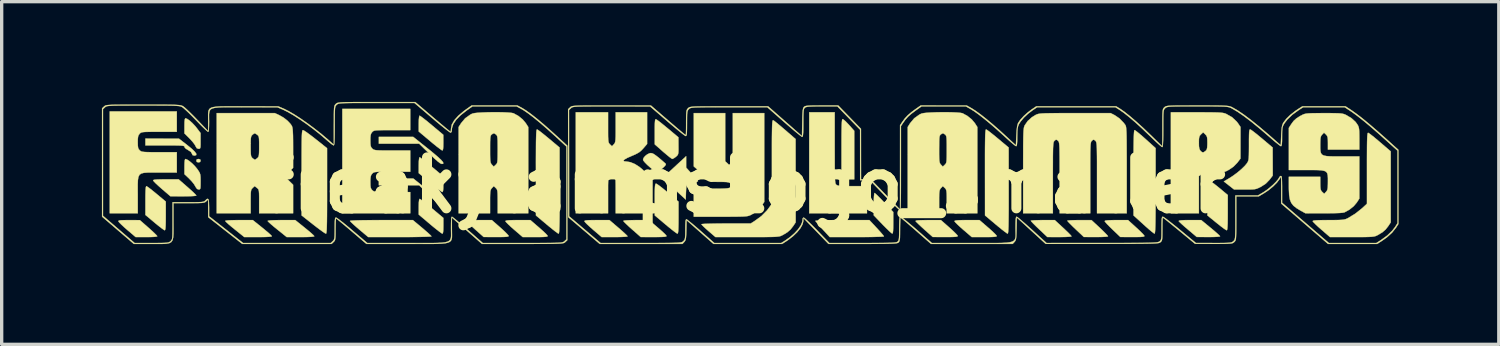
<source format=kicad_pcb>
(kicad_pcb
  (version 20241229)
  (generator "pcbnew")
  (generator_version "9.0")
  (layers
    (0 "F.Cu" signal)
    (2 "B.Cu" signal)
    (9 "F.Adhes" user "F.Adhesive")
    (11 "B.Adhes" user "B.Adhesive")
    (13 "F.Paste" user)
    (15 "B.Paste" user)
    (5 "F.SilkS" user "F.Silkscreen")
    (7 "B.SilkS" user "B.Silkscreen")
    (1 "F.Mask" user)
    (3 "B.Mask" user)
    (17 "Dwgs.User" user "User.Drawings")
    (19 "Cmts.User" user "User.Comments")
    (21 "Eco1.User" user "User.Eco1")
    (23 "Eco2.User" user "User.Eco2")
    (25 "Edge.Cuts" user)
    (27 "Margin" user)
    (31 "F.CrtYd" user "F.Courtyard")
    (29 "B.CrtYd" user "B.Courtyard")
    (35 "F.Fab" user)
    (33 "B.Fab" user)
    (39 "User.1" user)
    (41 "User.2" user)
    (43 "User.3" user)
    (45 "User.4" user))
  (footprint "freakylampsLogo_smaller"
    (layer "F.Cu")
    (at 19.233 2.494)
    (property "Reference" "freakylampsLogo_smaller" (at 0 0 0) (layer "F.SilkS") (effects (font (size 1.524 1.524) (thickness 0.3))))
    (attr through_hole)
    (fp_poly (pts (xy -16.295 -0.775) (xy -16.281 -0.737) (xy -16.296 -0.697) (xy -16.345 -0.686) (xy -16.395 -0.698) (xy -16.408 -0.737) (xy -16.394 -0.776) (xy -16.345 -0.787) (xy -16.295 -0.775)) (stroke (width 0.01) (type solid)) (fill yes) (layer "F.SilkS"))
    (fp_poly (pts (xy -9.919 -1.448) (xy -9.474 -1.093) (xy -9.306 -0.956) (xy -9.178 -0.846) (xy -9.087 -0.762) (xy -9.034 -0.701) (xy -9.016 -0.662) (xy -9.03 -0.642) (xy -9.072 -0.64) (xy -9.116 -0.661) (xy -9.189 -0.717) (xy -9.29 -0.806) (xy -9.416 -0.925) (xy -9.436 -0.945) (xy -9.741 -1.245) (xy -10.947 -1.245) (xy -10.947 -1.448) (xy -9.919 -1.448)) (stroke (width 0.01) (type solid)) (fill yes) (layer "F.SilkS"))
    (fp_poly (pts (xy -9.919 -0.203) (xy -9.474 0.152) (xy -9.306 0.289) (xy -9.178 0.398) (xy -9.087 0.482) (xy -9.034 0.543) (xy -9.016 0.582) (xy -9.03 0.602) (xy -9.072 0.605) (xy -9.116 0.584) (xy -9.189 0.528) (xy -9.29 0.439) (xy -9.416 0.32) (xy -9.436 0.3) (xy -9.741 0.000056) (xy -10.947 0) (xy -10.947 -0.203) (xy -9.919 -0.203)) (stroke (width 0.01) (type solid)) (fill yes) (layer "F.SilkS"))
    (fp_poly (pts (xy 2.961 -1.963) (xy 3.016 -1.915) (xy 3.084 -1.845) (xy 3.121 -1.806) (xy 3.277 -1.63) (xy 3.277 -0.178) (xy 2.896 -0.178) (xy 2.896 -1.079) (xy 2.896 -1.323) (xy 2.897 -1.521) (xy 2.899 -1.676) (xy 2.902 -1.794) (xy 2.906 -1.879) (xy 2.911 -1.936) (xy 2.918 -1.968) (xy 2.927 -1.981) (xy 2.93 -1.981) (xy 2.961 -1.963)) (stroke (width 0.01) (type solid)) (fill yes) (layer "F.SilkS"))
    (fp_poly (pts (xy -2.77 -0.958) (xy -2.721 -0.935) (xy -2.656 -0.89) (xy -2.568 -0.822) (xy -2.454 -0.724) (xy -2.368 -0.648) (xy -2.359 -0.626) (xy -2.377 -0.592) (xy -2.427 -0.54) (xy -2.482 -0.491) (xy -2.629 -0.363) (xy -2.832 -0.536) (xy -2.918 -0.613) (xy -2.987 -0.683) (xy -3.031 -0.737) (xy -3.043 -0.76) (xy -3.029 -0.814) (xy -2.982 -0.873) (xy -2.916 -0.926) (xy -2.845 -0.959) (xy -2.81 -0.964) (xy -2.77 -0.958)) (stroke (width 0.01) (type solid)) (fill yes) (layer "F.SilkS"))
    (fp_poly (pts (xy -9.7 -2.067) (xy -9.641 -2.024) (xy -9.557 -1.958) (xy -9.455 -1.876) (xy -9.36 -1.797) (xy -9.019 -1.511) (xy -9.018 -1.276) (xy -9.02 -1.157) (xy -9.026 -1.083) (xy -9.038 -1.047) (xy -9.049 -1.042) (xy -9.078 -1.058) (xy -9.138 -1.102) (xy -9.224 -1.167) (xy -9.326 -1.25) (xy -9.417 -1.326) (xy -9.754 -1.609) (xy -9.754 -1.846) (xy -9.751 -1.962) (xy -9.743 -2.043) (xy -9.732 -2.081) (xy -9.727 -2.083) (xy -9.7 -2.067)) (stroke (width 0.01) (type solid)) (fill yes) (layer "F.SilkS"))
    (fp_poly (pts (xy -9.7 -0.823) (xy -9.641 -0.779) (xy -9.557 -0.714) (xy -9.455 -0.631) (xy -9.36 -0.552) (xy -9.019 -0.267) (xy -9.018 -0.032) (xy -9.02 0.087) (xy -9.026 0.162) (xy -9.038 0.197) (xy -9.049 0.203) (xy -9.078 0.187) (xy -9.138 0.143) (xy -9.224 0.077) (xy -9.326 -0.006) (xy -9.417 -0.081) (xy -9.754 -0.364) (xy -9.754 -0.601) (xy -9.751 -0.718) (xy -9.743 -0.798) (xy -9.732 -0.836) (xy -9.727 -0.838) (xy -9.7 -0.823)) (stroke (width 0.01) (type solid)) (fill yes) (layer "F.SilkS"))
    (fp_poly (pts (xy -9.698 0.422) (xy -9.638 0.465) (xy -9.554 0.531) (xy -9.451 0.614) (xy -9.357 0.692) (xy -9.017 0.977) (xy -9.017 1.213) (xy -9.019 1.332) (xy -9.026 1.406) (xy -9.038 1.442) (xy -9.049 1.447) (xy -9.078 1.43) (xy -9.138 1.386) (xy -9.223 1.32) (xy -9.326 1.237) (xy -9.417 1.161) (xy -9.754 0.876) (xy -9.754 0.641) (xy -9.751 0.514) (xy -9.742 0.435) (xy -9.727 0.407) (xy -9.725 0.406) (xy -9.698 0.422)) (stroke (width 0.01) (type solid)) (fill yes) (layer "F.SilkS"))
    (fp_poly (pts (xy 2.692 -1.122) (xy 2.693 -0.861) (xy 2.693 -0.646) (xy 2.694 -0.472) (xy 2.696 -0.335) (xy 2.698 -0.231) (xy 2.702 -0.153) (xy 2.708 -0.098) (xy 2.714 -0.061) (xy 2.723 -0.038) (xy 2.733 -0.022) (xy 2.739 -0.017) (xy 2.763 -0.001) (xy 2.8 0.01) (xy 2.859 0.018) (xy 2.946 0.023) (xy 3.069 0.025) (xy 3.221 0.025) (xy 3.658 0.025) (xy 3.658 0.838) (xy 1.93 0.838) (xy 1.93 -2.184) (xy 2.692 -2.184) (xy 2.692 -1.122)) (stroke (width 0.01) (type solid)) (fill yes) (layer "F.SilkS"))
    (fp_poly (pts (xy -18.423 1.042) (xy -18.098 1.043) (xy -17.837 1.272) (xy -17.742 1.357) (xy -17.662 1.432) (xy -17.605 1.489) (xy -17.578 1.521) (xy -17.577 1.525) (xy -17.601 1.535) (xy -17.669 1.543) (xy -17.773 1.548) (xy -17.901 1.549) (xy -18.224 1.549) (xy -18.479 1.332) (xy -18.574 1.249) (xy -18.654 1.174) (xy -18.712 1.116) (xy -18.74 1.081) (xy -18.741 1.079) (xy -18.737 1.063) (xy -18.712 1.052) (xy -18.66 1.046) (xy -18.572 1.043) (xy -18.441 1.042) (xy -18.423 1.042)) (stroke (width 0.01) (type solid)) (fill yes) (layer "F.SilkS"))
    (fp_poly (pts (xy -16.673 0.053) (xy -16.577 0.138) (xy -16.496 0.212) (xy -16.438 0.27) (xy -16.41 0.302) (xy -16.408 0.307) (xy -16.433 0.315) (xy -16.5 0.322) (xy -16.603 0.327) (xy -16.734 0.329) (xy -16.796 0.33) (xy -17.183 0.329) (xy -17.442 0.107) (xy -17.537 0.023) (xy -17.617 -0.051) (xy -17.674 -0.109) (xy -17.701 -0.142) (xy -17.702 -0.146) (xy -17.69 -0.159) (xy -17.648 -0.168) (xy -17.572 -0.174) (xy -17.455 -0.177) (xy -17.321 -0.178) (xy -16.938 -0.178) (xy -16.673 0.053)) (stroke (width 0.01) (type solid)) (fill yes) (layer "F.SilkS"))
    (fp_poly (pts (xy -14.433 1.271) (xy -14.332 1.354) (xy -14.246 1.427) (xy -14.183 1.484) (xy -14.151 1.519) (xy -14.148 1.525) (xy -14.172 1.534) (xy -14.242 1.542) (xy -14.353 1.547) (xy -14.498 1.549) (xy -14.561 1.549) (xy -14.974 1.549) (xy -15.259 1.32) (xy -15.361 1.237) (xy -15.447 1.164) (xy -15.509 1.107) (xy -15.542 1.072) (xy -15.545 1.066) (xy -15.52 1.057) (xy -15.45 1.049) (xy -15.34 1.044) (xy -15.194 1.042) (xy -15.132 1.041) (xy -14.719 1.041) (xy -14.433 1.271)) (stroke (width 0.01) (type solid)) (fill yes) (layer "F.SilkS"))
    (fp_poly (pts (xy -13.163 1.271) (xy -13.062 1.354) (xy -12.976 1.427) (xy -12.913 1.484) (xy -12.881 1.519) (xy -12.878 1.525) (xy -12.902 1.534) (xy -12.972 1.542) (xy -13.083 1.547) (xy -13.228 1.549) (xy -13.291 1.549) (xy -13.704 1.549) (xy -13.989 1.32) (xy -14.091 1.237) (xy -14.177 1.164) (xy -14.239 1.107) (xy -14.272 1.072) (xy -14.275 1.066) (xy -14.25 1.057) (xy -14.18 1.049) (xy -14.07 1.044) (xy -13.924 1.042) (xy -13.862 1.041) (xy -13.449 1.041) (xy -13.163 1.271)) (stroke (width 0.01) (type solid)) (fill yes) (layer "F.SilkS"))
    (fp_poly (pts (xy -7.314 1.263) (xy -7.22 1.348) (xy -7.142 1.423) (xy -7.087 1.481) (xy -7.062 1.514) (xy -7.061 1.517) (xy -7.074 1.53) (xy -7.115 1.54) (xy -7.19 1.545) (xy -7.306 1.548) (xy -7.436 1.548) (xy -7.811 1.547) (xy -8.064 1.323) (xy -8.158 1.237) (xy -8.238 1.162) (xy -8.296 1.105) (xy -8.324 1.073) (xy -8.326 1.07) (xy -8.312 1.058) (xy -8.258 1.049) (xy -8.161 1.044) (xy -8.017 1.042) (xy -7.951 1.041) (xy -7.567 1.041) (xy -7.314 1.263)) (stroke (width 0.01) (type solid)) (fill yes) (layer "F.SilkS"))
    (fp_poly (pts (xy -6.154 1.264) (xy -6.059 1.348) (xy -5.979 1.422) (xy -5.922 1.48) (xy -5.896 1.514) (xy -5.894 1.518) (xy -5.907 1.531) (xy -5.949 1.54) (xy -6.026 1.546) (xy -6.144 1.549) (xy -6.268 1.549) (xy -6.643 1.549) (xy -6.901 1.327) (xy -6.997 1.243) (xy -7.076 1.168) (xy -7.133 1.111) (xy -7.16 1.077) (xy -7.161 1.073) (xy -7.149 1.06) (xy -7.107 1.051) (xy -7.03 1.045) (xy -6.912 1.042) (xy -6.788 1.041) (xy -6.413 1.041) (xy -6.154 1.264)) (stroke (width 0.01) (type solid)) (fill yes) (layer "F.SilkS"))
    (fp_poly (pts (xy -2.603 1.264) (xy -2.506 1.348) (xy -2.425 1.422) (xy -2.367 1.479) (xy -2.34 1.514) (xy -2.338 1.518) (xy -2.35 1.53) (xy -2.392 1.54) (xy -2.468 1.545) (xy -2.584 1.548) (xy -2.724 1.549) (xy -3.111 1.548) (xy -3.372 1.319) (xy -3.467 1.234) (xy -3.547 1.159) (xy -3.604 1.102) (xy -3.631 1.07) (xy -3.632 1.066) (xy -3.608 1.056) (xy -3.539 1.049) (xy -3.431 1.044) (xy -3.292 1.042) (xy -3.249 1.041) (xy -2.865 1.041) (xy -2.603 1.264)) (stroke (width 0.01) (type solid)) (fill yes) (layer "F.SilkS"))
    (fp_poly (pts (xy -1.753 -0.529) (xy -1.575 -0.332) (xy -1.501 -0.249) (xy -1.443 -0.181) (xy -1.406 -0.136) (xy -1.397 -0.122) (xy -1.42 -0.112) (xy -1.479 -0.101) (xy -1.538 -0.094) (xy -1.623 -0.081) (xy -1.69 -0.063) (xy -1.715 -0.05) (xy -1.736 -0.008) (xy -1.751 0.078) (xy -1.758 0.203) (xy -1.765 0.427) (xy -2.113 0.106) (xy -2.462 -0.215) (xy -2.228 -0.431) (xy -2.124 -0.527) (xy -2.021 -0.623) (xy -1.931 -0.706) (xy -1.873 -0.759) (xy -1.753 -0.871) (xy -1.753 -0.529)) (stroke (width 0.01) (type solid)) (fill yes) (layer "F.SilkS"))
    (fp_poly (pts (xy 3.908 0.246) (xy 3.961 0.295) (xy 4.034 0.368) (xy 4.123 0.459) (xy 4.175 0.514) (xy 4.444 0.8) (xy 4.444 1.124) (xy 4.443 1.265) (xy 4.439 1.361) (xy 4.432 1.419) (xy 4.42 1.443) (xy 4.413 1.444) (xy 4.385 1.426) (xy 4.329 1.376) (xy 4.253 1.303) (xy 4.163 1.213) (xy 4.121 1.17) (xy 3.861 0.899) (xy 3.861 0.564) (xy 3.862 0.44) (xy 3.867 0.337) (xy 3.874 0.264) (xy 3.882 0.23) (xy 3.884 0.229) (xy 3.908 0.246)) (stroke (width 0.01) (type solid)) (fill yes) (layer "F.SilkS"))
    (fp_poly (pts (xy 6.122 1.263) (xy 6.216 1.348) (xy 6.294 1.423) (xy 6.35 1.481) (xy 6.375 1.514) (xy 6.375 1.517) (xy 6.363 1.53) (xy 6.322 1.54) (xy 6.247 1.545) (xy 6.131 1.548) (xy 6.001 1.548) (xy 5.626 1.547) (xy 5.373 1.323) (xy 5.279 1.237) (xy 5.199 1.162) (xy 5.141 1.105) (xy 5.112 1.073) (xy 5.111 1.07) (xy 5.125 1.058) (xy 5.179 1.049) (xy 5.276 1.044) (xy 5.419 1.042) (xy 5.485 1.041) (xy 5.87 1.041) (xy 6.122 1.263)) (stroke (width 0.01) (type solid)) (fill yes) (layer "F.SilkS"))
    (fp_poly (pts (xy 7.282 1.264) (xy 7.378 1.348) (xy 7.457 1.422) (xy 7.514 1.48) (xy 7.541 1.514) (xy 7.542 1.518) (xy 7.53 1.531) (xy 7.488 1.54) (xy 7.411 1.546) (xy 7.293 1.549) (xy 7.169 1.549) (xy 6.794 1.549) (xy 6.535 1.327) (xy 6.44 1.243) (xy 6.36 1.168) (xy 6.303 1.111) (xy 6.277 1.077) (xy 6.275 1.073) (xy 6.288 1.06) (xy 6.33 1.051) (xy 6.407 1.045) (xy 6.525 1.042) (xy 6.649 1.041) (xy 7.024 1.041) (xy 7.282 1.264)) (stroke (width 0.01) (type solid)) (fill yes) (layer "F.SilkS"))
    (fp_poly (pts (xy 9.528 1.273) (xy 9.62 1.36) (xy 9.697 1.435) (xy 9.752 1.492) (xy 9.778 1.524) (xy 9.779 1.527) (xy 9.755 1.535) (xy 9.689 1.541) (xy 9.591 1.546) (xy 9.469 1.548) (xy 9.417 1.549) (xy 9.055 1.548) (xy 8.807 1.314) (xy 8.715 1.226) (xy 8.639 1.151) (xy 8.585 1.094) (xy 8.56 1.063) (xy 8.559 1.06) (xy 8.583 1.054) (xy 8.649 1.048) (xy 8.748 1.044) (xy 8.87 1.042) (xy 8.918 1.041) (xy 9.277 1.041) (xy 9.528 1.273)) (stroke (width 0.01) (type solid)) (fill yes) (layer "F.SilkS"))
    (fp_poly (pts (xy 10.376 1.042) (xy 10.624 1.272) (xy 10.715 1.359) (xy 10.791 1.435) (xy 10.845 1.492) (xy 10.87 1.523) (xy 10.871 1.526) (xy 10.847 1.535) (xy 10.781 1.541) (xy 10.681 1.546) (xy 10.556 1.548) (xy 10.509 1.548) (xy 10.147 1.547) (xy 9.899 1.313) (xy 9.808 1.226) (xy 9.732 1.15) (xy 9.678 1.094) (xy 9.653 1.063) (xy 9.652 1.06) (xy 9.676 1.054) (xy 9.741 1.048) (xy 9.84 1.044) (xy 9.962 1.042) (xy 10.014 1.042) (xy 10.376 1.042)) (stroke (width 0.01) (type solid)) (fill yes) (layer "F.SilkS"))
    (fp_poly (pts (xy 11.714 1.264) (xy 11.806 1.349) (xy 11.883 1.425) (xy 11.937 1.482) (xy 11.961 1.515) (xy 11.961 1.518) (xy 11.949 1.531) (xy 11.908 1.54) (xy 11.831 1.546) (xy 11.713 1.548) (xy 11.601 1.548) (xy 11.239 1.547) (xy 11.005 1.324) (xy 10.916 1.237) (xy 10.842 1.162) (xy 10.791 1.104) (xy 10.77 1.073) (xy 10.77 1.071) (xy 10.787 1.058) (xy 10.843 1.049) (xy 10.941 1.044) (xy 11.086 1.041) (xy 11.119 1.041) (xy 11.469 1.041) (xy 11.714 1.264)) (stroke (width 0.01) (type solid)) (fill yes) (layer "F.SilkS"))
    (fp_poly (pts (xy 13.941 1.273) (xy 14.042 1.357) (xy 14.127 1.431) (xy 14.189 1.488) (xy 14.221 1.521) (xy 14.224 1.527) (xy 14.2 1.535) (xy 14.135 1.541) (xy 14.037 1.546) (xy 13.915 1.548) (xy 13.875 1.548) (xy 13.525 1.546) (xy 13.26 1.322) (xy 13.162 1.239) (xy 13.079 1.165) (xy 13.018 1.108) (xy 12.987 1.074) (xy 12.985 1.07) (xy 12.998 1.058) (xy 13.05 1.049) (xy 13.145 1.043) (xy 13.287 1.041) (xy 13.317 1.041) (xy 13.659 1.041) (xy 13.941 1.273)) (stroke (width 0.01) (type solid)) (fill yes) (layer "F.SilkS"))
    (fp_poly (pts (xy -17.876 0.041) (xy -17.816 0.083) (xy -17.734 0.147) (xy -17.636 0.226) (xy -17.6 0.256) (xy -17.323 0.487) (xy -17.323 0.917) (xy -17.324 1.083) (xy -17.327 1.203) (xy -17.332 1.284) (xy -17.341 1.329) (xy -17.352 1.346) (xy -17.355 1.346) (xy -17.385 1.33) (xy -17.445 1.287) (xy -17.528 1.223) (xy -17.626 1.144) (xy -17.659 1.116) (xy -17.932 0.887) (xy -17.932 0.456) (xy -17.931 0.278) (xy -17.927 0.149) (xy -17.92 0.066) (xy -17.909 0.029) (xy -17.904 0.025) (xy -17.876 0.041)) (stroke (width 0.01) (type solid)) (fill yes) (layer "F.SilkS"))
    (fp_poly (pts (xy -3.777 1.273) (xy -3.679 1.358) (xy -3.597 1.432) (xy -3.537 1.489) (xy -3.507 1.522) (xy -3.505 1.527) (xy -3.529 1.535) (xy -3.595 1.541) (xy -3.695 1.546) (xy -3.819 1.549) (xy -3.893 1.549) (xy -4.28 1.549) (xy -4.534 1.332) (xy -4.629 1.249) (xy -4.71 1.174) (xy -4.768 1.116) (xy -4.795 1.081) (xy -4.796 1.079) (xy -4.792 1.064) (xy -4.769 1.054) (xy -4.719 1.047) (xy -4.636 1.043) (xy -4.513 1.042) (xy -4.426 1.041) (xy -4.048 1.041) (xy -3.777 1.273)) (stroke (width 0.01) (type solid)) (fill yes) (layer "F.SilkS"))
    (fp_poly (pts (xy -16.929 -1.395) (xy -16.675 -1.198) (xy -16.542 -1.09) (xy -16.453 -1.004) (xy -16.41 -0.943) (xy -16.412 -0.904) (xy -16.458 -0.889) (xy -16.468 -0.889) (xy -16.521 -0.903) (xy -16.54 -0.946) (xy -16.573 -1.002) (xy -16.655 -1.054) (xy -16.655 -1.054) (xy -16.726 -1.097) (xy -16.761 -1.139) (xy -16.763 -1.149) (xy -16.767 -1.164) (xy -16.781 -1.174) (xy -16.812 -1.182) (xy -16.865 -1.188) (xy -16.948 -1.191) (xy -17.065 -1.193) (xy -17.223 -1.194) (xy -17.348 -1.194) (xy -17.932 -1.194) (xy -17.932 -1.397) (xy -16.929 -1.395)) (stroke (width 0.01) (type solid)) (fill yes) (layer "F.SilkS"))
    (fp_poly (pts (xy -16.681 -1.986) (xy -16.608 -1.935) (xy -16.526 -1.86) (xy -16.443 -1.772) (xy -16.392 -1.708) (xy -16.282 -1.562) (xy -16.282 -1.327) (xy -16.282 -1.217) (xy -16.285 -1.148) (xy -16.294 -1.111) (xy -16.31 -1.095) (xy -16.336 -1.092) (xy -16.342 -1.092) (xy -16.394 -1.108) (xy -16.428 -1.162) (xy -16.43 -1.169) (xy -16.461 -1.223) (xy -16.518 -1.298) (xy -16.59 -1.379) (xy -16.611 -1.4) (xy -16.764 -1.553) (xy -16.764 -1.78) (xy -16.762 -1.897) (xy -16.754 -1.969) (xy -16.741 -2.002) (xy -16.732 -2.006) (xy -16.681 -1.986)) (stroke (width 0.01) (type solid)) (fill yes) (layer "F.SilkS"))
    (fp_poly (pts (xy -2.623 -0.035) (xy -2.56 0.009) (xy -2.474 0.075) (xy -2.372 0.158) (xy -2.298 0.22) (xy -1.981 0.49) (xy -1.981 0.969) (xy -1.982 1.145) (xy -1.985 1.276) (xy -1.989 1.366) (xy -1.997 1.42) (xy -2.007 1.445) (xy -2.013 1.447) (xy -2.042 1.432) (xy -2.103 1.388) (xy -2.187 1.322) (xy -2.289 1.24) (xy -2.368 1.174) (xy -2.691 0.902) (xy -2.692 0.425) (xy -2.692 0.257) (xy -2.69 0.132) (xy -2.686 0.046) (xy -2.68 -0.009) (xy -2.671 -0.039) (xy -2.659 -0.05) (xy -2.654 -0.051) (xy -2.623 -0.035)) (stroke (width 0.01) (type solid)) (fill yes) (layer "F.SilkS"))
    (fp_poly (pts (xy 13.915 -0.137) (xy 13.978 -0.094) (xy 14.063 -0.03) (xy 14.161 0.048) (xy 14.187 0.069) (xy 14.453 0.291) (xy 14.453 0.819) (xy 14.452 1.004) (xy 14.45 1.144) (xy 14.445 1.243) (xy 14.439 1.307) (xy 14.43 1.339) (xy 14.421 1.346) (xy 14.391 1.331) (xy 14.329 1.289) (xy 14.245 1.226) (xy 14.147 1.148) (xy 14.117 1.124) (xy 13.844 0.902) (xy 13.844 0.375) (xy 13.844 0.196) (xy 13.845 0.062) (xy 13.848 -0.033) (xy 13.853 -0.096) (xy 13.861 -0.133) (xy 13.872 -0.149) (xy 13.882 -0.152) (xy 13.915 -0.137)) (stroke (width 0.01) (type solid)) (fill yes) (layer "F.SilkS"))
    (fp_poly (pts (xy 3.948 1.275) (xy 4.03 1.365) (xy 4.099 1.443) (xy 4.146 1.499) (xy 4.165 1.528) (xy 4.166 1.529) (xy 4.141 1.534) (xy 4.072 1.539) (xy 3.964 1.542) (xy 3.823 1.546) (xy 3.656 1.548) (xy 3.468 1.549) (xy 3.355 1.549) (xy 2.544 1.549) (xy 2.332 1.319) (xy 2.25 1.229) (xy 2.182 1.151) (xy 2.134 1.094) (xy 2.113 1.066) (xy 2.112 1.065) (xy 2.135 1.059) (xy 2.204 1.053) (xy 2.317 1.048) (xy 2.471 1.045) (xy 2.66 1.042) (xy 2.883 1.041) (xy 2.917 1.041) (xy 3.73 1.041) (xy 3.948 1.275)) (stroke (width 0.01) (type solid)) (fill yes) (layer "F.SilkS"))
    (fp_poly (pts (xy -9.651 1.274) (xy -9.552 1.359) (xy -9.468 1.433) (xy -9.407 1.489) (xy -9.375 1.523) (xy -9.373 1.528) (xy -9.397 1.533) (xy -9.467 1.537) (xy -9.576 1.541) (xy -9.72 1.544) (xy -9.892 1.547) (xy -10.086 1.549) (xy -10.299 1.549) (xy -10.319 1.549) (xy -11.265 1.549) (xy -11.538 1.32) (xy -11.636 1.235) (xy -11.719 1.161) (xy -11.779 1.104) (xy -11.809 1.071) (xy -11.811 1.066) (xy -11.786 1.059) (xy -11.713 1.054) (xy -11.594 1.049) (xy -11.433 1.045) (xy -11.231 1.043) (xy -10.992 1.042) (xy -10.87 1.041) (xy -9.93 1.041) (xy -9.651 1.274)) (stroke (width 0.01) (type solid)) (fill yes) (layer "F.SilkS"))
    (fp_poly (pts (xy -2.656 -1.977) (xy -2.626 -1.958) (xy -2.563 -1.913) (xy -2.477 -1.845) (xy -2.375 -1.762) (xy -2.302 -1.702) (xy -1.984 -1.435) (xy -1.983 -1.177) (xy -1.982 -1.06) (xy -1.985 -0.983) (xy -1.994 -0.933) (xy -2.011 -0.899) (xy -2.04 -0.87) (xy -2.059 -0.853) (xy -2.116 -0.812) (xy -2.16 -0.79) (xy -2.167 -0.789) (xy -2.197 -0.805) (xy -2.256 -0.849) (xy -2.336 -0.915) (xy -2.43 -0.994) (xy -2.445 -1.007) (xy -2.692 -1.225) (xy -2.692 -1.605) (xy -2.692 -1.754) (xy -2.689 -1.859) (xy -2.684 -1.927) (xy -2.676 -1.964) (xy -2.663 -1.977) (xy -2.656 -1.977)) (stroke (width 0.01) (type solid)) (fill yes) (layer "F.SilkS"))
    (fp_poly (pts (xy -16.685 -0.769) (xy -16.612 -0.721) (xy -16.53 -0.652) (xy -16.45 -0.571) (xy -16.384 -0.491) (xy -16.336 -0.422) (xy -16.306 -0.369) (xy -16.29 -0.315) (xy -16.283 -0.246) (xy -16.281 -0.145) (xy -16.281 -0.11) (xy -16.282 0.001) (xy -16.285 0.07) (xy -16.294 0.108) (xy -16.31 0.123) (xy -16.335 0.126) (xy -16.339 0.126) (xy -16.387 0.109) (xy -16.429 0.051) (xy -16.441 0.028) (xy -16.482 -0.039) (xy -16.549 -0.122) (xy -16.625 -0.201) (xy -16.625 -0.202) (xy -16.764 -0.333) (xy -16.764 -0.56) (xy -16.761 -0.679) (xy -16.753 -0.756) (xy -16.739 -0.787) (xy -16.737 -0.787) (xy -16.685 -0.769)) (stroke (width 0.01) (type solid)) (fill yes) (layer "F.SilkS"))
    (fp_poly (pts (xy 11.694 -1.635) (xy 11.753 -1.59) (xy 11.835 -1.522) (xy 11.933 -1.437) (xy 11.995 -1.382) (xy 12.294 -1.112) (xy 12.294 0.168) (xy 12.293 0.467) (xy 12.293 0.719) (xy 12.291 0.927) (xy 12.289 1.095) (xy 12.286 1.226) (xy 12.282 1.323) (xy 12.277 1.389) (xy 12.271 1.429) (xy 12.264 1.446) (xy 12.262 1.446) (xy 12.233 1.43) (xy 12.174 1.384) (xy 12.093 1.316) (xy 11.995 1.23) (xy 11.932 1.173) (xy 11.634 0.902) (xy 11.633 -0.375) (xy 11.634 -0.673) (xy 11.634 -0.924) (xy 11.636 -1.131) (xy 11.638 -1.298) (xy 11.641 -1.428) (xy 11.645 -1.525) (xy 11.649 -1.591) (xy 11.655 -1.632) (xy 11.662 -1.65) (xy 11.665 -1.651) (xy 11.694 -1.635)) (stroke (width 0.01) (type solid)) (fill yes) (layer "F.SilkS"))
    (fp_poly (pts (xy -6.182 -1.653) (xy -6.119 -1.608) (xy -6.033 -1.54) (xy -5.931 -1.457) (xy -5.858 -1.397) (xy -5.54 -1.13) (xy -5.539 0.159) (xy -5.538 0.459) (xy -5.539 0.713) (xy -5.54 0.922) (xy -5.542 1.091) (xy -5.545 1.222) (xy -5.549 1.32) (xy -5.553 1.388) (xy -5.559 1.429) (xy -5.566 1.446) (xy -5.569 1.447) (xy -5.598 1.432) (xy -5.659 1.388) (xy -5.743 1.322) (xy -5.845 1.24) (xy -5.924 1.174) (xy -6.247 0.902) (xy -6.247 -0.389) (xy -6.248 -0.683) (xy -6.247 -0.929) (xy -6.246 -1.132) (xy -6.245 -1.297) (xy -6.242 -1.425) (xy -6.239 -1.522) (xy -6.235 -1.592) (xy -6.23 -1.637) (xy -6.223 -1.663) (xy -6.216 -1.672) (xy -6.212 -1.672) (xy -6.182 -1.653)) (stroke (width 0.01) (type solid)) (fill yes) (layer "F.SilkS"))
    (fp_poly (pts (xy 7.255 -1.653) (xy 7.317 -1.608) (xy 7.403 -1.54) (xy 7.506 -1.457) (xy 7.578 -1.397) (xy 7.897 -1.13) (xy 7.898 0.159) (xy 7.898 0.459) (xy 7.898 0.713) (xy 7.896 0.922) (xy 7.894 1.091) (xy 7.892 1.222) (xy 7.888 1.32) (xy 7.883 1.388) (xy 7.877 1.429) (xy 7.87 1.446) (xy 7.868 1.447) (xy 7.838 1.432) (xy 7.778 1.388) (xy 7.693 1.322) (xy 7.592 1.24) (xy 7.513 1.174) (xy 7.19 0.902) (xy 7.189 -0.389) (xy 7.189 -0.683) (xy 7.189 -0.929) (xy 7.19 -1.132) (xy 7.192 -1.297) (xy 7.194 -1.425) (xy 7.197 -1.522) (xy 7.202 -1.592) (xy 7.207 -1.637) (xy 7.213 -1.663) (xy 7.221 -1.672) (xy 7.224 -1.672) (xy 7.255 -1.653)) (stroke (width 0.01) (type solid)) (fill yes) (layer "F.SilkS"))
    (fp_poly (pts (xy -13.186 -1.636) (xy -13.121 -1.594) (xy -13.032 -1.53) (xy -12.926 -1.45) (xy -12.837 -1.38) (xy -12.497 -1.109) (xy -12.497 0.17) (xy -12.497 0.465) (xy -12.498 0.714) (xy -12.499 0.919) (xy -12.501 1.084) (xy -12.504 1.214) (xy -12.507 1.311) (xy -12.512 1.379) (xy -12.518 1.422) (xy -12.524 1.443) (xy -12.53 1.448) (xy -12.56 1.433) (xy -12.623 1.391) (xy -12.711 1.328) (xy -12.817 1.248) (xy -12.911 1.175) (xy -13.258 0.902) (xy -13.259 -0.375) (xy -13.258 -0.664) (xy -13.258 -0.906) (xy -13.257 -1.105) (xy -13.256 -1.266) (xy -13.254 -1.392) (xy -13.251 -1.488) (xy -13.247 -1.557) (xy -13.242 -1.604) (xy -13.235 -1.633) (xy -13.228 -1.647) (xy -13.218 -1.651) (xy -13.218 -1.651) (xy -13.186 -1.636)) (stroke (width 0.01) (type solid)) (fill yes) (layer "F.SilkS"))
    (fp_poly (pts (xy 15.126 -1.672) (xy 15.158 -1.653) (xy 15.221 -1.607) (xy 15.307 -1.54) (xy 15.409 -1.456) (xy 15.48 -1.397) (xy 15.796 -1.13) (xy 15.799 -0.292) (xy 15.703 -0.165) (xy 15.59 -0.049) (xy 15.447 0.044) (xy 15.378 0.078) (xy 15.321 0.102) (xy 15.264 0.116) (xy 15.193 0.123) (xy 15.096 0.126) (xy 14.965 0.126) (xy 14.643 0.126) (xy 14.489 0.005) (xy 14.335 -0.115) (xy 14.483 -0.202) (xy 14.61 -0.284) (xy 14.74 -0.38) (xy 14.86 -0.481) (xy 14.959 -0.577) (xy 15.023 -0.653) (xy 15.046 -0.688) (xy 15.062 -0.722) (xy 15.074 -0.764) (xy 15.081 -0.82) (xy 15.085 -0.901) (xy 15.087 -1.013) (xy 15.088 -1.165) (xy 15.088 -1.214) (xy 15.088 -1.38) (xy 15.09 -1.502) (xy 15.093 -1.586) (xy 15.1 -1.638) (xy 15.108 -1.664) (xy 15.121 -1.672) (xy 15.126 -1.672)) (stroke (width 0.01) (type solid)) (fill yes) (layer "F.SilkS"))
    (fp_poly (pts (xy -16.993 -1.6) (xy -17.522 -1.6) (xy -17.698 -1.6) (xy -17.831 -1.599) (xy -17.928 -1.597) (xy -17.995 -1.592) (xy -18.04 -1.584) (xy -18.069 -1.573) (xy -18.091 -1.557) (xy -18.106 -1.541) (xy -18.135 -1.502) (xy -18.152 -1.453) (xy -18.16 -1.378) (xy -18.161 -1.292) (xy -18.159 -1.19) (xy -18.151 -1.124) (xy -18.133 -1.081) (xy -18.102 -1.046) (xy -18.102 -1.046) (xy -18.08 -1.027) (xy -18.055 -1.013) (xy -18.018 -1.004) (xy -17.964 -0.997) (xy -17.884 -0.993) (xy -17.771 -0.991) (xy -17.619 -0.991) (xy -17.518 -0.991) (xy -16.993 -0.991) (xy -16.993 -0.381) (xy -17.522 -0.381) (xy -17.715 -0.382) (xy -17.865 -0.381) (xy -17.977 -0.373) (xy -18.057 -0.352) (xy -18.11 -0.313) (xy -18.142 -0.249) (xy -18.157 -0.155) (xy -18.162 -0.026) (xy -18.162 0.144) (xy -18.161 0.287) (xy -18.161 0.838) (xy -18.999 0.838) (xy -18.999 -2.21) (xy -16.993 -2.21) (xy -16.993 -1.6)) (stroke (width 0.01) (type solid)) (fill yes) (layer "F.SilkS"))
    (fp_poly (pts (xy -0.584 -0.72) (xy -0.525 -0.665) (xy -0.466 -0.609) (xy -0.411 -0.668) (xy -0.395 -0.687) (xy -0.382 -0.709) (xy -0.372 -0.739) (xy -0.366 -0.785) (xy -0.361 -0.851) (xy -0.358 -0.944) (xy -0.356 -1.071) (xy -0.356 -1.236) (xy -0.356 -1.443) (xy -0.356 -2.159) (xy 0.584 -2.159) (xy 0.584 0.499) (xy 0.501 0.616) (xy 0.415 0.723) (xy 0.325 0.803) (xy 0.208 0.874) (xy 0.185 0.886) (xy 0.153 0.901) (xy 0.12 0.913) (xy 0.079 0.922) (xy 0.025 0.929) (xy -0.048 0.934) (xy -0.147 0.937) (xy -0.276 0.939) (xy -0.443 0.94) (xy -0.653 0.94) (xy -0.723 0.94) (xy -1.524 0.94) (xy -1.524 0.102) (xy -1.001 0.102) (xy -0.823 0.101) (xy -0.688 0.1) (xy -0.59 0.096) (xy -0.521 0.091) (xy -0.475 0.082) (xy -0.442 0.07) (xy -0.418 0.054) (xy -0.358 0.007) (xy -0.415 -0.047) (xy -0.447 -0.072) (xy -0.486 -0.088) (xy -0.544 -0.097) (xy -0.632 -0.101) (xy -0.738 -0.102) (xy -1.003 -0.103) (xy -1.524 -0.565) (xy -1.524 -2.159) (xy -0.584 -2.159) (xy -0.584 -0.72)) (stroke (width 0.01) (type solid)) (fill yes) (layer "F.SilkS"))
    (fp_poly (pts (xy 0.853 -1.946) (xy 0.885 -1.925) (xy 0.947 -1.876) (xy 1.033 -1.805) (xy 1.135 -1.719) (xy 1.207 -1.657) (xy 1.522 -1.384) (xy 1.524 1.109) (xy 1.449 1.222) (xy 1.37 1.323) (xy 1.276 1.405) (xy 1.151 1.481) (xy 1.124 1.495) (xy 1.095 1.509) (xy 1.065 1.521) (xy 1.027 1.53) (xy 0.978 1.536) (xy 0.911 1.542) (xy 0.821 1.545) (xy 0.703 1.547) (xy 0.552 1.549) (xy 0.362 1.549) (xy 0.127 1.549) (xy 0.071 1.549) (xy -0.876 1.549) (xy -1.086 1.368) (xy -1.171 1.293) (xy -1.239 1.229) (xy -1.283 1.183) (xy -1.295 1.165) (xy -1.271 1.159) (xy -1.202 1.154) (xy -1.095 1.15) (xy -0.956 1.147) (xy -0.792 1.144) (xy -0.608 1.143) (xy -0.558 1.143) (xy 0.179 1.143) (xy 0.286 1.076) (xy 0.498 0.922) (xy 0.665 0.753) (xy 0.713 0.69) (xy 0.813 0.551) (xy 0.813 -0.705) (xy 0.813 -0.992) (xy 0.813 -1.231) (xy 0.814 -1.428) (xy 0.816 -1.586) (xy 0.818 -1.709) (xy 0.821 -1.802) (xy 0.825 -1.868) (xy 0.83 -1.911) (xy 0.837 -1.936) (xy 0.844 -1.946) (xy 0.853 -1.946)) (stroke (width 0.01) (type solid)) (fill yes) (layer "F.SilkS"))
    (fp_poly (pts (xy 18.686 -1.552) (xy 18.748 -1.505) (xy 18.834 -1.437) (xy 18.936 -1.352) (xy 19.011 -1.288) (xy 19.329 -1.015) (xy 19.329 1.109) (xy 19.255 1.222) (xy 19.176 1.323) (xy 19.082 1.405) (xy 18.956 1.481) (xy 18.93 1.495) (xy 18.895 1.512) (xy 18.858 1.525) (xy 18.813 1.534) (xy 18.752 1.541) (xy 18.67 1.545) (xy 18.559 1.548) (xy 18.412 1.549) (xy 18.223 1.549) (xy 18.168 1.549) (xy 17.512 1.549) (xy 17.254 1.327) (xy 17.159 1.243) (xy 17.079 1.168) (xy 17.022 1.111) (xy 16.995 1.077) (xy 16.994 1.073) (xy 17.006 1.061) (xy 17.045 1.053) (xy 17.117 1.047) (xy 17.227 1.043) (xy 17.38 1.042) (xy 17.464 1.041) (xy 17.632 1.041) (xy 17.758 1.039) (xy 17.851 1.035) (xy 17.918 1.028) (xy 17.969 1.017) (xy 18.011 1.001) (xy 18.041 0.987) (xy 18.263 0.853) (xy 18.474 0.686) (xy 18.498 0.664) (xy 18.618 0.552) (xy 18.618 -0.513) (xy 18.618 -0.777) (xy 18.619 -0.994) (xy 18.62 -1.169) (xy 18.622 -1.305) (xy 18.625 -1.408) (xy 18.629 -1.482) (xy 18.635 -1.531) (xy 18.641 -1.559) (xy 18.65 -1.57) (xy 18.655 -1.57) (xy 18.686 -1.552)) (stroke (width 0.01) (type solid)) (fill yes) (layer "F.SilkS"))
    (fp_poly (pts (xy -10.008 -1.651) (xy -10.549 -1.651) (xy -10.728 -1.651) (xy -10.864 -1.65) (xy -10.962 -1.647) (xy -11.031 -1.643) (xy -11.077 -1.636) (xy -11.107 -1.625) (xy -11.129 -1.609) (xy -11.146 -1.592) (xy -11.176 -1.553) (xy -11.192 -1.503) (xy -11.2 -1.429) (xy -11.201 -1.343) (xy -11.199 -1.241) (xy -11.191 -1.175) (xy -11.173 -1.132) (xy -11.143 -1.097) (xy -11.143 -1.097) (xy -11.121 -1.078) (xy -11.096 -1.065) (xy -11.06 -1.055) (xy -11.006 -1.048) (xy -10.927 -1.044) (xy -10.816 -1.042) (xy -10.666 -1.041) (xy -10.546 -1.041) (xy -10.008 -1.041) (xy -10.008 -0.406) (xy -10.549 -0.406) (xy -10.728 -0.406) (xy -10.864 -0.405) (xy -10.962 -0.403) (xy -11.031 -0.398) (xy -11.077 -0.391) (xy -11.107 -0.38) (xy -11.129 -0.365) (xy -11.146 -0.348) (xy -11.176 -0.308) (xy -11.192 -0.259) (xy -11.2 -0.185) (xy -11.201 -0.098) (xy -11.199 0.004) (xy -11.191 0.069) (xy -11.173 0.113) (xy -11.143 0.148) (xy -11.143 0.148) (xy -11.121 0.166) (xy -11.096 0.18) (xy -11.06 0.19) (xy -11.006 0.196) (xy -10.927 0.2) (xy -10.816 0.202) (xy -10.666 0.203) (xy -10.546 0.203) (xy -10.008 0.203) (xy -10.008 0.838) (xy -12.04 0.838) (xy -12.04 -2.286) (xy -10.008 -2.286) (xy -10.008 -1.651)) (stroke (width 0.01) (type solid)) (fill yes) (layer "F.SilkS"))
    (fp_poly (pts (xy 13.745 -2.184) (xy 13.921 -2.183) (xy 14.059 -2.181) (xy 14.165 -2.178) (xy 14.244 -2.173) (xy 14.303 -2.166) (xy 14.348 -2.157) (xy 14.385 -2.145) (xy 14.406 -2.136) (xy 14.586 -2.033) (xy 14.726 -1.9) (xy 14.763 -1.85) (xy 14.834 -1.745) (xy 14.833 -0.8) (xy 14.738 -0.675) (xy 14.624 -0.558) (xy 14.491 -0.466) (xy 14.424 -0.43) (xy 14.368 -0.406) (xy 14.311 -0.392) (xy 14.239 -0.384) (xy 14.14 -0.382) (xy 14.037 -0.381) (xy 13.905 -0.38) (xy 13.812 -0.376) (xy 13.748 -0.367) (xy 13.703 -0.352) (xy 13.665 -0.33) (xy 13.663 -0.328) (xy 13.589 -0.276) (xy 13.589 0.838) (xy 12.751 0.838) (xy 12.751 -1.274) (xy 13.589 -1.274) (xy 13.591 -1.169) (xy 13.601 -1.101) (xy 13.62 -1.055) (xy 13.643 -1.025) (xy 13.687 -0.988) (xy 13.727 -0.986) (xy 13.78 -1.021) (xy 13.799 -1.037) (xy 13.823 -1.069) (xy 13.836 -1.121) (xy 13.842 -1.207) (xy 13.843 -1.27) (xy 13.841 -1.372) (xy 13.834 -1.437) (xy 13.817 -1.481) (xy 13.787 -1.517) (xy 13.78 -1.524) (xy 13.716 -1.584) (xy 13.652 -1.524) (xy 13.619 -1.488) (xy 13.6 -1.446) (xy 13.591 -1.385) (xy 13.589 -1.289) (xy 13.589 -1.274) (xy 12.751 -1.274) (xy 12.751 -2.184) (xy 13.523 -2.184) (xy 13.745 -2.184)) (stroke (width 0.01) (type solid)) (fill yes) (layer "F.SilkS"))
    (fp_poly (pts (xy -4.089 -1.732) (xy -4.089 -1.57) (xy -4.088 -1.451) (xy -4.084 -1.367) (xy -4.078 -1.31) (xy -4.068 -1.273) (xy -4.053 -1.247) (xy -4.033 -1.226) (xy -4.03 -1.223) (xy -3.972 -1.168) (xy -3.916 -1.227) (xy -3.896 -1.251) (xy -3.882 -1.279) (xy -3.872 -1.319) (xy -3.866 -1.379) (xy -3.862 -1.466) (xy -3.861 -1.59) (xy -3.861 -1.735) (xy -3.861 -2.184) (xy -2.921 -2.184) (xy -2.921 -1.237) (xy -3.032 -1.107) (xy -3.093 -1.042) (xy -3.154 -0.991) (xy -3.231 -0.946) (xy -3.337 -0.897) (xy -3.387 -0.876) (xy -3.516 -0.819) (xy -3.596 -0.773) (xy -3.628 -0.74) (xy -3.612 -0.719) (xy -3.547 -0.711) (xy -3.537 -0.711) (xy -3.417 -0.69) (xy -3.283 -0.634) (xy -3.148 -0.547) (xy -3.05 -0.464) (xy -2.921 -0.34) (xy -2.921 0.838) (xy -3.861 0.838) (xy -3.861 0.284) (xy -3.861 0.102) (xy -3.862 -0.035) (xy -3.864 -0.136) (xy -3.869 -0.206) (xy -3.876 -0.254) (xy -3.886 -0.285) (xy -3.901 -0.307) (xy -3.92 -0.326) (xy -3.979 -0.381) (xy -4.034 -0.322) (xy -4.052 -0.301) (xy -4.066 -0.276) (xy -4.076 -0.241) (xy -4.082 -0.188) (xy -4.086 -0.11) (xy -4.089 -0.001) (xy -4.089 0.146) (xy -4.089 0.287) (xy -4.089 0.838) (xy -5.055 0.838) (xy -5.055 -2.184) (xy -4.089 -2.184) (xy -4.089 -1.732)) (stroke (width 0.01) (type solid)) (fill yes) (layer "F.SilkS"))
    (fp_poly (pts (xy -14.059 -2.159) (xy -13.919 -2.094) (xy -13.793 -2.021) (xy -13.676 -1.928) (xy -13.584 -1.828) (xy -13.549 -1.773) (xy -13.537 -1.738) (xy -13.527 -1.683) (xy -13.521 -1.601) (xy -13.516 -1.487) (xy -13.514 -1.334) (xy -13.513 -1.137) (xy -13.513 -1.113) (xy -13.513 -0.522) (xy -13.64 -0.394) (xy -13.767 -0.265) (xy -13.64 -0.14) (xy -13.513 -0.015) (xy -13.513 0.838) (xy -14.529 0.838) (xy -14.529 0.484) (xy -14.529 0.344) (xy -14.531 0.246) (xy -14.536 0.18) (xy -14.545 0.137) (xy -14.56 0.11) (xy -14.583 0.088) (xy -14.596 0.077) (xy -14.664 0.024) (xy -14.723 0.08) (xy -14.747 0.105) (xy -14.764 0.133) (xy -14.774 0.175) (xy -14.78 0.238) (xy -14.782 0.333) (xy -14.783 0.468) (xy -14.783 0.487) (xy -14.783 0.838) (xy -15.799 0.838) (xy -15.799 -1.162) (xy -14.783 -1.162) (xy -14.782 -1.032) (xy -14.779 -0.944) (xy -14.772 -0.886) (xy -14.76 -0.85) (xy -14.74 -0.824) (xy -14.726 -0.811) (xy -14.681 -0.777) (xy -14.656 -0.764) (xy -14.629 -0.778) (xy -14.586 -0.811) (xy -14.562 -0.835) (xy -14.545 -0.864) (xy -14.536 -0.909) (xy -14.531 -0.979) (xy -14.529 -1.085) (xy -14.529 -1.164) (xy -14.529 -1.293) (xy -14.532 -1.381) (xy -14.538 -1.438) (xy -14.55 -1.473) (xy -14.57 -1.498) (xy -14.596 -1.518) (xy -14.645 -1.55) (xy -14.677 -1.551) (xy -14.717 -1.521) (xy -14.723 -1.516) (xy -14.749 -1.491) (xy -14.766 -1.461) (xy -14.776 -1.417) (xy -14.781 -1.348) (xy -14.783 -1.245) (xy -14.783 -1.162) (xy -15.799 -1.162) (xy -15.799 -2.159) (xy -14.059 -2.159)) (stroke (width 0.01) (type solid)) (fill yes) (layer "F.SilkS"))
    (fp_poly (pts (xy -7.385 -2.187) (xy -7.232 -2.184) (xy -7.098 -2.178) (xy -6.992 -2.169) (xy -6.925 -2.157) (xy -6.916 -2.154) (xy -6.772 -2.074) (xy -6.645 -1.971) (xy -6.551 -1.859) (xy -6.477 -1.743) (xy -6.477 0.838) (xy -7.391 0.838) (xy -7.391 0.487) (xy -7.392 0.346) (xy -7.394 0.247) (xy -7.399 0.181) (xy -7.409 0.137) (xy -7.425 0.108) (xy -7.448 0.083) (xy -7.45 0.08) (xy -7.509 0.025) (xy -7.565 0.084) (xy -7.587 0.111) (xy -7.602 0.144) (xy -7.612 0.19) (xy -7.617 0.261) (xy -7.62 0.365) (xy -7.62 0.491) (xy -7.62 0.838) (xy -8.56 0.838) (xy -8.56 -1.081) (xy -7.619 -1.081) (xy -7.619 -0.928) (xy -7.617 -0.818) (xy -7.613 -0.741) (xy -7.605 -0.69) (xy -7.593 -0.655) (xy -7.575 -0.629) (xy -7.565 -0.617) (xy -7.509 -0.559) (xy -7.45 -0.614) (xy -7.428 -0.637) (xy -7.412 -0.663) (xy -7.402 -0.701) (xy -7.396 -0.76) (xy -7.393 -0.846) (xy -7.392 -0.97) (xy -7.391 -1.074) (xy -7.392 -1.226) (xy -7.393 -1.335) (xy -7.398 -1.41) (xy -7.405 -1.459) (xy -7.417 -1.491) (xy -7.434 -1.512) (xy -7.448 -1.523) (xy -7.492 -1.553) (xy -7.528 -1.549) (xy -7.561 -1.527) (xy -7.583 -1.51) (xy -7.598 -1.487) (xy -7.608 -1.451) (xy -7.614 -1.395) (xy -7.618 -1.308) (xy -7.619 -1.185) (xy -7.619 -1.081) (xy -8.56 -1.081) (xy -8.56 -1.743) (xy -8.486 -1.859) (xy -8.363 -2.006) (xy -8.207 -2.117) (xy -8.146 -2.146) (xy -8.088 -2.159) (xy -7.989 -2.17) (xy -7.859 -2.178) (xy -7.709 -2.184) (xy -7.548 -2.187) (xy -7.385 -2.187)) (stroke (width 0.01) (type solid)) (fill yes) (layer "F.SilkS"))
    (fp_poly (pts (xy 6.051 -2.187) (xy 6.204 -2.184) (xy 6.339 -2.178) (xy 6.444 -2.169) (xy 6.511 -2.157) (xy 6.52 -2.154) (xy 6.664 -2.074) (xy 6.792 -1.971) (xy 6.886 -1.859) (xy 6.96 -1.743) (xy 6.96 0.838) (xy 6.045 0.838) (xy 6.045 0.487) (xy 6.045 0.346) (xy 6.043 0.247) (xy 6.037 0.181) (xy 6.027 0.137) (xy 6.012 0.108) (xy 5.989 0.083) (xy 5.986 0.08) (xy 5.927 0.025) (xy 5.872 0.084) (xy 5.85 0.111) (xy 5.834 0.144) (xy 5.825 0.19) (xy 5.819 0.261) (xy 5.817 0.365) (xy 5.817 0.491) (xy 5.817 0.838) (xy 4.877 0.838) (xy 4.877 -1.081) (xy 5.817 -1.081) (xy 5.817 -0.928) (xy 5.819 -0.818) (xy 5.823 -0.741) (xy 5.831 -0.69) (xy 5.843 -0.655) (xy 5.861 -0.629) (xy 5.872 -0.617) (xy 5.927 -0.559) (xy 5.986 -0.614) (xy 6.008 -0.637) (xy 6.024 -0.663) (xy 6.035 -0.701) (xy 6.041 -0.76) (xy 6.044 -0.846) (xy 6.045 -0.97) (xy 6.045 -1.074) (xy 6.045 -1.226) (xy 6.043 -1.335) (xy 6.039 -1.41) (xy 6.032 -1.459) (xy 6.02 -1.491) (xy 6.002 -1.512) (xy 5.989 -1.523) (xy 5.944 -1.553) (xy 5.909 -1.549) (xy 5.875 -1.527) (xy 5.854 -1.51) (xy 5.839 -1.487) (xy 5.828 -1.451) (xy 5.822 -1.395) (xy 5.819 -1.308) (xy 5.818 -1.185) (xy 5.817 -1.081) (xy 4.877 -1.081) (xy 4.877 -1.743) (xy 4.95 -1.859) (xy 5.073 -2.006) (xy 5.229 -2.117) (xy 5.29 -2.146) (xy 5.349 -2.159) (xy 5.448 -2.17) (xy 5.578 -2.178) (xy 5.728 -2.184) (xy 5.889 -2.187) (xy 6.051 -2.187)) (stroke (width 0.01) (type solid)) (fill yes) (layer "F.SilkS"))
    (fp_poly (pts (xy 17.518 -2.159) (xy 17.658 -2.157) (xy 17.762 -2.154) (xy 17.838 -2.149) (xy 17.894 -2.14) (xy 17.938 -2.128) (xy 17.976 -2.112) (xy 17.991 -2.105) (xy 18.154 -2.008) (xy 18.274 -1.899) (xy 18.327 -1.827) (xy 18.353 -1.783) (xy 18.37 -1.739) (xy 18.381 -1.685) (xy 18.387 -1.609) (xy 18.389 -1.502) (xy 18.39 -1.398) (xy 18.39 -1.067) (xy 17.45 -1.067) (xy 17.45 -1.266) (xy 17.448 -1.369) (xy 17.441 -1.436) (xy 17.424 -1.48) (xy 17.396 -1.515) (xy 17.391 -1.52) (xy 17.332 -1.575) (xy 17.277 -1.516) (xy 17.25 -1.483) (xy 17.234 -1.442) (xy 17.225 -1.381) (xy 17.222 -1.289) (xy 17.221 -1.216) (xy 17.221 -1.108) (xy 17.226 -1.025) (xy 17.241 -0.963) (xy 17.272 -0.919) (xy 17.325 -0.891) (xy 17.406 -0.874) (xy 17.52 -0.866) (xy 17.674 -0.864) (xy 17.864 -0.864) (xy 18.39 -0.864) (xy 18.39 0.396) (xy 18.316 0.513) (xy 18.222 0.625) (xy 18.094 0.728) (xy 17.95 0.808) (xy 17.897 0.82) (xy 17.798 0.829) (xy 17.653 0.834) (xy 17.46 0.837) (xy 17.328 0.838) (xy 16.777 0.837) (xy 16.638 0.761) (xy 16.511 0.684) (xy 16.417 0.609) (xy 16.353 0.526) (xy 16.312 0.425) (xy 16.29 0.296) (xy 16.282 0.129) (xy 16.281 0.065) (xy 16.281 -0.254) (xy 17.221 -0.254) (xy 17.221 -0.055) (xy 17.223 0.049) (xy 17.23 0.116) (xy 17.247 0.159) (xy 17.275 0.194) (xy 17.28 0.199) (xy 17.339 0.254) (xy 17.394 0.195) (xy 17.421 0.162) (xy 17.437 0.121) (xy 17.446 0.06) (xy 17.449 -0.032) (xy 17.45 -0.105) (xy 17.45 -0.213) (xy 17.445 -0.296) (xy 17.43 -0.358) (xy 17.399 -0.402) (xy 17.346 -0.43) (xy 17.265 -0.447) (xy 17.151 -0.455) (xy 16.997 -0.457) (xy 16.807 -0.457) (xy 16.281 -0.457) (xy 16.281 -1.717) (xy 16.355 -1.833) (xy 16.423 -1.925) (xy 16.504 -1.999) (xy 16.612 -2.069) (xy 16.68 -2.105) (xy 16.719 -2.123) (xy 16.76 -2.136) (xy 16.81 -2.146) (xy 16.877 -2.152) (xy 16.969 -2.156) (xy 17.094 -2.158) (xy 17.259 -2.159) (xy 17.335 -2.159) (xy 17.518 -2.159)) (stroke (width 0.01) (type solid)) (fill yes) (layer "F.SilkS"))
    (fp_poly (pts (xy 11.069 -2.098) (xy 11.213 -2) (xy 11.343 -1.865) (xy 11.388 -1.804) (xy 11.398 -1.786) (xy 11.406 -1.759) (xy 11.412 -1.72) (xy 11.417 -1.664) (xy 11.422 -1.586) (xy 11.425 -1.484) (xy 11.427 -1.351) (xy 11.428 -1.185) (xy 11.429 -0.98) (xy 11.43 -0.733) (xy 11.43 -0.452) (xy 11.43 0.838) (xy 10.541 0.838) (xy 10.541 -0.225) (xy 10.541 -0.485) (xy 10.541 -0.699) (xy 10.54 -0.872) (xy 10.538 -1.008) (xy 10.536 -1.113) (xy 10.532 -1.19) (xy 10.527 -1.245) (xy 10.52 -1.282) (xy 10.511 -1.307) (xy 10.501 -1.323) (xy 10.49 -1.333) (xy 10.45 -1.364) (xy 10.42 -1.36) (xy 10.389 -1.333) (xy 10.376 -1.321) (xy 10.366 -1.304) (xy 10.358 -1.278) (xy 10.351 -1.238) (xy 10.346 -1.18) (xy 10.343 -1.099) (xy 10.34 -0.99) (xy 10.339 -0.849) (xy 10.338 -0.67) (xy 10.338 -0.449) (xy 10.338 -0.225) (xy 10.338 0.838) (xy 9.423 0.838) (xy 9.423 -0.225) (xy 9.423 -0.485) (xy 9.423 -0.699) (xy 9.422 -0.872) (xy 9.42 -1.008) (xy 9.418 -1.113) (xy 9.414 -1.19) (xy 9.409 -1.245) (xy 9.402 -1.282) (xy 9.394 -1.307) (xy 9.383 -1.323) (xy 9.373 -1.334) (xy 9.333 -1.364) (xy 9.303 -1.36) (xy 9.271 -1.334) (xy 9.259 -1.321) (xy 9.248 -1.304) (xy 9.24 -1.278) (xy 9.234 -1.238) (xy 9.229 -1.18) (xy 9.225 -1.099) (xy 9.223 -0.99) (xy 9.221 -0.849) (xy 9.221 -0.67) (xy 9.22 -0.449) (xy 9.22 -0.225) (xy 9.22 0.838) (xy 8.331 0.838) (xy 8.331 -0.433) (xy 8.331 -0.721) (xy 8.332 -0.962) (xy 8.332 -1.162) (xy 8.334 -1.324) (xy 8.336 -1.453) (xy 8.339 -1.554) (xy 8.343 -1.63) (xy 8.349 -1.687) (xy 8.355 -1.729) (xy 8.364 -1.76) (xy 8.374 -1.786) (xy 8.38 -1.798) (xy 8.469 -1.925) (xy 8.595 -2.038) (xy 8.705 -2.105) (xy 8.733 -2.119) (xy 8.762 -2.129) (xy 8.798 -2.138) (xy 8.845 -2.145) (xy 8.909 -2.15) (xy 8.994 -2.154) (xy 9.106 -2.156) (xy 9.249 -2.158) (xy 9.429 -2.159) (xy 9.65 -2.159) (xy 9.88 -2.159) (xy 10.949 -2.159) (xy 11.069 -2.098)) (stroke (width 0.01) (type solid)) (fill yes) (layer "F.SilkS"))
    (fp_poly (pts (xy -9.336 -2.045) (xy -9.197 -1.927) (xy -9.072 -1.822) (xy -8.965 -1.732) (xy -8.88 -1.662) (xy -8.824 -1.617) (xy -8.801 -1.6) (xy -8.801 -1.6) (xy -8.793 -1.623) (xy -8.789 -1.679) (xy -8.788 -1.698) (xy -8.764 -1.817) (xy -8.692 -1.944) (xy -8.573 -2.078) (xy -8.41 -2.217) (xy -8.346 -2.264) (xy -8.171 -2.388) (xy -6.802 -2.388) (xy -6.658 -2.311) (xy -6.544 -2.24) (xy -6.398 -2.135) (xy -6.226 -2) (xy -6.031 -1.837) (xy -5.817 -1.649) (xy -5.66 -1.507) (xy -5.309 -1.185) (xy -5.309 0.229) (xy -5.309 1.642) (xy -5.367 1.697) (xy -5.382 1.71) (xy -5.398 1.721) (xy -5.421 1.729) (xy -5.455 1.736) (xy -5.504 1.742) (xy -5.573 1.746) (xy -5.666 1.749) (xy -5.789 1.751) (xy -5.944 1.752) (xy -6.137 1.752) (xy -6.372 1.753) (xy -6.645 1.753) (xy -7.863 1.753) (xy -8.313 1.358) (xy -8.763 0.964) (xy -8.763 1.303) (xy -8.761 1.402) (xy -8.759 1.486) (xy -8.76 1.556) (xy -8.769 1.612) (xy -8.789 1.657) (xy -8.824 1.691) (xy -8.878 1.716) (xy -8.956 1.734) (xy -9.061 1.745) (xy -9.197 1.751) (xy -9.369 1.754) (xy -9.58 1.754) (xy -9.834 1.753) (xy -10.1 1.753) (xy -11.32 1.753) (xy -11.767 1.372) (xy -11.895 1.263) (xy -12.01 1.167) (xy -12.106 1.087) (xy -12.178 1.029) (xy -12.22 0.996) (xy -12.229 0.991) (xy -12.234 1.014) (xy -12.238 1.08) (xy -12.241 1.176) (xy -12.243 1.296) (xy -12.243 1.316) (xy -12.243 1.451) (xy -12.246 1.545) (xy -12.252 1.607) (xy -12.263 1.648) (xy -12.281 1.676) (xy -12.302 1.697) (xy -12.36 1.753) (xy -13.698 1.753) (xy -15.036 1.753) (xy -16.053 0.953) (xy -16.053 0.688) (xy -16.053 0.423) (xy -16.112 0.478) (xy -16.135 0.498) (xy -16.163 0.512) (xy -16.202 0.522) (xy -16.261 0.528) (xy -16.347 0.532) (xy -16.469 0.533) (xy -16.632 0.533) (xy -17.094 0.533) (xy -17.094 1.088) (xy -17.093 1.289) (xy -17.094 1.445) (xy -17.102 1.562) (xy -17.122 1.645) (xy -17.161 1.7) (xy -17.223 1.733) (xy -17.315 1.749) (xy -17.442 1.754) (xy -17.609 1.753) (xy -17.746 1.753) (xy -18.28 1.753) (xy -18.754 1.346) (xy -19.228 0.939) (xy -19.228 -0.682) (xy -19.228 -2.277) (xy -19.202 -2.277) (xy -19.202 -0.682) (xy -19.202 0.913) (xy -18.729 1.32) (xy -18.255 1.727) (xy -17.746 1.727) (xy -17.572 1.727) (xy -17.443 1.726) (xy -17.349 1.723) (xy -17.284 1.718) (xy -17.24 1.709) (xy -17.21 1.697) (xy -17.187 1.68) (xy -17.178 1.672) (xy -17.159 1.652) (xy -17.145 1.63) (xy -17.134 1.599) (xy -17.127 1.551) (xy -17.123 1.48) (xy -17.121 1.378) (xy -17.12 1.239) (xy -17.12 1.062) (xy -17.12 0.508) (xy -16.654 0.508) (xy -16.488 0.508) (xy -16.366 0.506) (xy -16.279 0.503) (xy -16.221 0.496) (xy -16.183 0.487) (xy -16.158 0.473) (xy -16.142 0.457) (xy -16.096 0.414) (xy -16.064 0.404) (xy -16.044 0.432) (xy -16.032 0.501) (xy -16.028 0.615) (xy -16.027 0.667) (xy -16.027 0.927) (xy -15.01 1.727) (xy -12.386 1.727) (xy -12.327 1.672) (xy -12.303 1.646) (xy -12.286 1.616) (xy -12.276 1.572) (xy -12.271 1.505) (xy -12.269 1.405) (xy -12.268 1.291) (xy -12.267 1.155) (xy -12.264 1.062) (xy -12.258 1.005) (xy -12.248 0.975) (xy -12.233 0.965) (xy -12.229 0.965) (xy -12.199 0.981) (xy -12.136 1.026) (xy -12.048 1.094) (xy -11.938 1.182) (xy -11.815 1.284) (xy -11.742 1.346) (xy -11.294 1.727) (xy -10.1 1.727) (xy -9.807 1.728) (xy -9.561 1.728) (xy -9.358 1.728) (xy -9.193 1.725) (xy -9.063 1.718) (xy -8.963 1.706) (xy -8.891 1.687) (xy -8.84 1.66) (xy -8.809 1.623) (xy -8.792 1.576) (xy -8.785 1.516) (xy -8.785 1.443) (xy -8.787 1.355) (xy -8.788 1.278) (xy -8.786 1.128) (xy -8.781 1.02) (xy -8.772 0.956) (xy -8.762 0.94) (xy -8.736 0.956) (xy -8.678 1.001) (xy -8.594 1.071) (xy -8.488 1.16) (xy -8.367 1.264) (xy -8.287 1.333) (xy -7.838 1.727) (xy -6.645 1.727) (xy -6.368 1.727) (xy -6.137 1.727) (xy -5.949 1.726) (xy -5.797 1.725) (xy -5.678 1.723) (xy -5.588 1.72) (xy -5.522 1.716) (xy -5.475 1.71) (xy -5.443 1.703) (xy -5.421 1.694) (xy -5.405 1.683) (xy -5.393 1.672) (xy -5.334 1.617) (xy -5.334 0.229) (xy -5.334 -1.159) (xy -5.685 -1.482) (xy -5.91 -1.684) (xy -6.119 -1.865) (xy -6.307 -2.02) (xy -6.472 -2.146) (xy -6.608 -2.24) (xy -6.684 -2.285) (xy -6.827 -2.362) (xy -7.486 -2.362) (xy -8.145 -2.362) (xy -8.321 -2.238) (xy -8.498 -2.099) (xy -8.632 -1.963) (xy -8.72 -1.833) (xy -8.76 -1.711) (xy -8.763 -1.673) (xy -8.77 -1.604) (xy -8.792 -1.576) (xy -8.801 -1.575) (xy -8.83 -1.591) (xy -8.892 -1.636) (xy -8.981 -1.705) (xy -9.093 -1.795) (xy -9.221 -1.901) (xy -9.36 -2.019) (xy -9.361 -2.019) (xy -9.882 -2.464) (xy -11.017 -2.464) (xy -11.286 -2.464) (xy -11.509 -2.463) (xy -11.691 -2.463) (xy -11.835 -2.461) (xy -11.948 -2.459) (xy -12.032 -2.456) (xy -12.094 -2.451) (xy -12.137 -2.445) (xy -12.166 -2.437) (xy -12.186 -2.428) (xy -12.202 -2.416) (xy -12.209 -2.409) (xy -12.228 -2.39) (xy -12.243 -2.368) (xy -12.253 -2.337) (xy -12.26 -2.291) (xy -12.265 -2.221) (xy -12.267 -2.123) (xy -12.268 -1.988) (xy -12.268 -1.81) (xy -12.268 -1.774) (xy -12.269 -1.578) (xy -12.271 -1.429) (xy -12.275 -1.32) (xy -12.28 -1.248) (xy -12.288 -1.208) (xy -12.299 -1.194) (xy -12.3 -1.194) (xy -12.331 -1.21) (xy -12.39 -1.253) (xy -12.467 -1.317) (xy -12.526 -1.369) (xy -12.706 -1.523) (xy -12.902 -1.679) (xy -13.105 -1.83) (xy -13.307 -1.97) (xy -13.498 -2.093) (xy -13.671 -2.193) (xy -13.813 -2.263) (xy -13.983 -2.335) (xy -14.946 -2.336) (xy -15.21 -2.337) (xy -15.427 -2.337) (xy -15.602 -2.336) (xy -15.74 -2.331) (xy -15.844 -2.32) (xy -15.921 -2.302) (xy -15.973 -2.276) (xy -16.005 -2.239) (xy -16.022 -2.189) (xy -16.029 -2.125) (xy -16.029 -2.046) (xy -16.028 -1.949) (xy -16.027 -1.913) (xy -16.029 -1.769) (xy -16.035 -1.671) (xy -16.044 -1.616) (xy -16.057 -1.6) (xy -16.083 -1.618) (xy -16.138 -1.667) (xy -16.216 -1.741) (xy -16.31 -1.835) (xy -16.413 -1.941) (xy -16.523 -2.054) (xy -16.626 -2.157) (xy -16.717 -2.243) (xy -16.786 -2.305) (xy -16.825 -2.335) (xy -16.847 -2.348) (xy -16.872 -2.358) (xy -16.904 -2.367) (xy -16.948 -2.373) (xy -17.009 -2.378) (xy -17.092 -2.382) (xy -17.202 -2.385) (xy -17.343 -2.386) (xy -17.521 -2.387) (xy -17.74 -2.388) (xy -17.997 -2.388) (xy -18.261 -2.388) (xy -18.478 -2.387) (xy -18.654 -2.387) (xy -18.793 -2.385) (xy -18.9 -2.383) (xy -18.981 -2.379) (xy -19.038 -2.374) (xy -19.078 -2.368) (xy -19.105 -2.359) (xy -19.124 -2.349) (xy -19.139 -2.336) (xy -19.144 -2.332) (xy -19.202 -2.277) (xy -19.228 -2.277) (xy -19.228 -2.303) (xy -19.169 -2.358) (xy -19.154 -2.371) (xy -19.137 -2.382) (xy -19.113 -2.391) (xy -19.077 -2.398) (xy -19.025 -2.403) (xy -18.953 -2.407) (xy -18.854 -2.41) (xy -18.726 -2.411) (xy -18.563 -2.412) (xy -18.36 -2.413) (xy -18.112 -2.413) (xy -17.997 -2.413) (xy -17.73 -2.413) (xy -17.509 -2.413) (xy -17.329 -2.412) (xy -17.186 -2.41) (xy -17.074 -2.408) (xy -16.989 -2.404) (xy -16.927 -2.399) (xy -16.882 -2.393) (xy -16.849 -2.385) (xy -16.824 -2.374) (xy -16.802 -2.362) (xy -16.799 -2.361) (xy -16.755 -2.326) (xy -16.683 -2.26) (xy -16.591 -2.172) (xy -16.486 -2.068) (xy -16.384 -1.962) (xy -16.053 -1.617) (xy -16.053 -1.934) (xy -16.054 -2.037) (xy -16.055 -2.123) (xy -16.052 -2.192) (xy -16.039 -2.246) (xy -16.013 -2.288) (xy -15.969 -2.318) (xy -15.902 -2.339) (xy -15.809 -2.352) (xy -15.685 -2.36) (xy -15.526 -2.362) (xy -15.326 -2.363) (xy -15.083 -2.362) (xy -14.946 -2.362) (xy -13.957 -2.361) (xy -13.783 -2.287) (xy -13.643 -2.217) (xy -13.474 -2.118) (xy -13.284 -1.995) (xy -13.081 -1.853) (xy -12.873 -1.698) (xy -12.666 -1.535) (xy -12.47 -1.369) (xy -12.427 -1.331) (xy -12.294 -1.213) (xy -12.294 -1.796) (xy -12.293 -1.982) (xy -12.293 -2.125) (xy -12.291 -2.23) (xy -12.287 -2.304) (xy -12.28 -2.355) (xy -12.27 -2.388) (xy -12.257 -2.411) (xy -12.239 -2.43) (xy -12.235 -2.434) (xy -12.22 -2.447) (xy -12.203 -2.458) (xy -12.18 -2.466) (xy -12.145 -2.473) (xy -12.094 -2.479) (xy -12.023 -2.483) (xy -11.927 -2.486) (xy -11.802 -2.487) (xy -11.642 -2.489) (xy -11.444 -2.489) (xy -11.202 -2.489) (xy -11.017 -2.489) (xy -9.857 -2.489) (xy -9.336 -2.045)) (stroke (width 0.01) (type solid)) (fill yes) (layer "F.SilkS"))
    (fp_poly (pts (xy 13.79 -2.388) (xy 13.987 -2.387) (xy 14.145 -2.386) (xy 14.268 -2.384) (xy 14.361 -2.38) (xy 14.431 -2.376) (xy 14.483 -2.369) (xy 14.522 -2.36) (xy 14.553 -2.349) (xy 14.583 -2.335) (xy 14.587 -2.333) (xy 14.745 -2.243) (xy 14.931 -2.117) (xy 15.148 -1.954) (xy 15.395 -1.755) (xy 15.674 -1.518) (xy 15.748 -1.453) (xy 16.04 -1.197) (xy 16.053 -1.494) (xy 16.06 -1.629) (xy 16.069 -1.725) (xy 16.083 -1.794) (xy 16.103 -1.847) (xy 16.123 -1.883) (xy 16.206 -1.99) (xy 16.323 -2.105) (xy 16.463 -2.216) (xy 16.546 -2.273) (xy 16.685 -2.362) (xy 17.331 -2.362) (xy 17.977 -2.362) (xy 18.164 -2.239) (xy 18.301 -2.141) (xy 18.471 -2.011) (xy 18.668 -1.849) (xy 18.891 -1.658) (xy 19.135 -1.443) (xy 19.232 -1.356) (xy 19.558 -1.061) (xy 19.558 1.158) (xy 19.486 1.271) (xy 19.369 1.418) (xy 19.209 1.562) (xy 19.062 1.665) (xy 18.925 1.753) (xy 17.453 1.753) (xy 16.753 1.15) (xy 16.053 0.548) (xy 16.053 -0.267) (xy 16.001 -0.182) (xy 15.921 -0.077) (xy 15.809 0.035) (xy 15.677 0.144) (xy 15.541 0.235) (xy 15.381 0.33) (xy 15.044 0.33) (xy 14.707 0.33) (xy 14.707 0.986) (xy 14.707 1.185) (xy 14.706 1.34) (xy 14.704 1.457) (xy 14.701 1.541) (xy 14.696 1.6) (xy 14.688 1.639) (xy 14.676 1.665) (xy 14.662 1.684) (xy 14.648 1.697) (xy 14.627 1.715) (xy 14.602 1.729) (xy 14.567 1.739) (xy 14.514 1.745) (xy 14.437 1.749) (xy 14.329 1.751) (xy 14.182 1.752) (xy 14.032 1.752) (xy 13.475 1.751) (xy 12.999 1.358) (xy 12.866 1.249) (xy 12.747 1.152) (xy 12.646 1.07) (xy 12.569 1.009) (xy 12.522 0.973) (xy 12.51 0.965) (xy 12.505 0.989) (xy 12.501 1.054) (xy 12.498 1.152) (xy 12.497 1.273) (xy 12.497 1.31) (xy 12.496 1.45) (xy 12.494 1.547) (xy 12.489 1.612) (xy 12.479 1.654) (xy 12.463 1.681) (xy 12.44 1.703) (xy 12.44 1.703) (xy 12.426 1.713) (xy 12.409 1.721) (xy 12.383 1.728) (xy 12.345 1.733) (xy 12.292 1.738) (xy 12.219 1.742) (xy 12.124 1.745) (xy 12.001 1.747) (xy 11.849 1.749) (xy 11.662 1.75) (xy 11.437 1.751) (xy 11.17 1.751) (xy 10.858 1.752) (xy 10.693 1.752) (xy 9.004 1.752) (xy 8.141 0.963) (xy 8.134 1.3) (xy 8.13 1.439) (xy 8.125 1.537) (xy 8.117 1.603) (xy 8.105 1.647) (xy 8.086 1.678) (xy 8.072 1.695) (xy 8.018 1.753) (xy 5.573 1.753) (xy 5.124 1.359) (xy 4.997 1.248) (xy 4.883 1.149) (xy 4.787 1.067) (xy 4.714 1.006) (xy 4.671 0.972) (xy 4.662 0.965) (xy 4.657 0.989) (xy 4.653 1.055) (xy 4.65 1.153) (xy 4.648 1.274) (xy 4.648 1.317) (xy 4.647 1.46) (xy 4.645 1.561) (xy 4.639 1.629) (xy 4.628 1.672) (xy 4.613 1.699) (xy 4.602 1.711) (xy 4.586 1.721) (xy 4.561 1.73) (xy 4.522 1.737) (xy 4.465 1.742) (xy 4.384 1.746) (xy 4.274 1.749) (xy 4.132 1.751) (xy 3.952 1.752) (xy 3.73 1.753) (xy 3.531 1.753) (xy 2.506 1.753) (xy 2.131 1.365) (xy 1.755 0.978) (xy 1.754 1.069) (xy 1.73 1.169) (xy 1.667 1.283) (xy 1.569 1.404) (xy 1.442 1.526) (xy 1.293 1.641) (xy 1.226 1.685) (xy 1.119 1.753) (xy -0.936 1.753) (xy -1.74 1.043) (xy -1.747 1.34) (xy -1.751 1.47) (xy -1.757 1.56) (xy -1.767 1.62) (xy -1.783 1.66) (xy -1.805 1.691) (xy -1.809 1.695) (xy -1.863 1.753) (xy -4.34 1.753) (xy -5.28 0.953) (xy -5.282 -0.662) (xy -5.283 -2.252) (xy -5.258 -2.252) (xy -5.256 -0.662) (xy -5.255 0.927) (xy -4.314 1.727) (xy -3.105 1.727) (xy -2.826 1.727) (xy -2.593 1.727) (xy -2.403 1.726) (xy -2.249 1.725) (xy -2.129 1.723) (xy -2.037 1.72) (xy -1.97 1.716) (xy -1.921 1.71) (xy -1.888 1.703) (xy -1.866 1.695) (xy -1.85 1.684) (xy -1.837 1.672) (xy -1.812 1.645) (xy -1.795 1.614) (xy -1.785 1.567) (xy -1.78 1.496) (xy -1.778 1.39) (xy -1.778 1.316) (xy -1.776 1.18) (xy -1.772 1.088) (xy -1.763 1.036) (xy -1.749 1.017) (xy -1.746 1.016) (xy -1.719 1.032) (xy -1.659 1.078) (xy -1.574 1.147) (xy -1.47 1.235) (xy -1.351 1.338) (xy -1.313 1.372) (xy -0.911 1.727) (xy 1.093 1.727) (xy 1.201 1.66) (xy 1.353 1.553) (xy 1.487 1.436) (xy 1.597 1.317) (xy 1.677 1.202) (xy 1.721 1.099) (xy 1.727 1.05) (xy 1.737 0.985) (xy 1.763 0.965) (xy 1.791 0.983) (xy 1.847 1.032) (xy 1.927 1.107) (xy 2.025 1.203) (xy 2.134 1.314) (xy 2.165 1.346) (xy 2.531 1.727) (xy 3.531 1.727) (xy 3.785 1.727) (xy 3.993 1.726) (xy 4.16 1.725) (xy 4.29 1.723) (xy 4.39 1.72) (xy 4.462 1.715) (xy 4.513 1.709) (xy 4.546 1.702) (xy 4.567 1.692) (xy 4.576 1.685) (xy 4.595 1.663) (xy 4.608 1.629) (xy 4.616 1.576) (xy 4.621 1.494) (xy 4.623 1.375) (xy 4.623 1.291) (xy 4.624 1.149) (xy 4.626 1.051) (xy 4.632 0.988) (xy 4.641 0.954) (xy 4.655 0.941) (xy 4.662 0.94) (xy 4.691 0.956) (xy 4.753 1.001) (xy 4.84 1.071) (xy 4.948 1.161) (xy 5.071 1.265) (xy 5.15 1.333) (xy 5.599 1.727) (xy 6.792 1.727) (xy 7.085 1.728) (xy 7.331 1.728) (xy 7.534 1.728) (xy 7.699 1.725) (xy 7.829 1.718) (xy 7.928 1.706) (xy 8.001 1.687) (xy 8.051 1.659) (xy 8.082 1.623) (xy 8.099 1.575) (xy 8.106 1.516) (xy 8.106 1.442) (xy 8.104 1.354) (xy 8.103 1.278) (xy 8.104 1.134) (xy 8.108 1.034) (xy 8.115 0.973) (xy 8.126 0.944) (xy 8.135 0.94) (xy 8.163 0.956) (xy 8.222 1.002) (xy 8.306 1.074) (xy 8.411 1.165) (xy 8.53 1.271) (xy 8.599 1.333) (xy 9.03 1.727) (xy 10.693 1.726) (xy 11.025 1.726) (xy 11.31 1.726) (xy 11.552 1.725) (xy 11.754 1.724) (xy 11.92 1.723) (xy 12.054 1.721) (xy 12.16 1.718) (xy 12.241 1.714) (xy 12.302 1.71) (xy 12.345 1.705) (xy 12.375 1.698) (xy 12.395 1.69) (xy 12.41 1.681) (xy 12.414 1.678) (xy 12.437 1.656) (xy 12.453 1.629) (xy 12.463 1.587) (xy 12.469 1.523) (xy 12.471 1.426) (xy 12.471 1.287) (xy 12.471 1.285) (xy 12.472 1.144) (xy 12.475 1.047) (xy 12.481 0.985) (xy 12.49 0.952) (xy 12.505 0.94) (xy 12.51 0.94) (xy 12.539 0.955) (xy 12.602 0.999) (xy 12.692 1.067) (xy 12.803 1.154) (xy 12.93 1.256) (xy 13.024 1.333) (xy 13.5 1.726) (xy 14.032 1.727) (xy 14.21 1.727) (xy 14.344 1.726) (xy 14.441 1.723) (xy 14.509 1.718) (xy 14.555 1.71) (xy 14.586 1.699) (xy 14.609 1.684) (xy 14.622 1.672) (xy 14.64 1.654) (xy 14.654 1.634) (xy 14.664 1.605) (xy 14.672 1.562) (xy 14.676 1.498) (xy 14.679 1.406) (xy 14.681 1.281) (xy 14.681 1.116) (xy 14.681 0.961) (xy 14.681 0.305) (xy 15.355 0.305) (xy 15.517 0.21) (xy 15.611 0.147) (xy 15.712 0.068) (xy 15.811 -0.019) (xy 15.896 -0.104) (xy 15.959 -0.178) (xy 15.989 -0.229) (xy 16.018 -0.27) (xy 16.042 -0.279) (xy 16.056 -0.271) (xy 16.066 -0.243) (xy 16.072 -0.188) (xy 16.076 -0.099) (xy 16.078 0.03) (xy 16.078 0.122) (xy 16.078 0.523) (xy 16.778 1.125) (xy 17.478 1.727) (xy 18.9 1.727) (xy 19.037 1.64) (xy 19.226 1.502) (xy 19.376 1.357) (xy 19.461 1.246) (xy 19.533 1.133) (xy 19.533 -1.036) (xy 19.207 -1.33) (xy 18.955 -1.555) (xy 18.724 -1.755) (xy 18.517 -1.928) (xy 18.336 -2.071) (xy 18.186 -2.181) (xy 18.139 -2.213) (xy 17.951 -2.337) (xy 17.331 -2.337) (xy 16.711 -2.337) (xy 16.574 -2.249) (xy 16.385 -2.112) (xy 16.235 -1.967) (xy 16.15 -1.856) (xy 16.119 -1.803) (xy 16.098 -1.756) (xy 16.086 -1.7) (xy 16.08 -1.625) (xy 16.078 -1.516) (xy 16.078 -1.456) (xy 16.077 -1.322) (xy 16.071 -1.234) (xy 16.062 -1.185) (xy 16.047 -1.169) (xy 16.046 -1.169) (xy 16.017 -1.185) (xy 15.958 -1.23) (xy 15.875 -1.296) (xy 15.777 -1.379) (xy 15.723 -1.427) (xy 15.431 -1.678) (xy 15.171 -1.891) (xy 14.942 -2.065) (xy 14.745 -2.201) (xy 14.578 -2.299) (xy 14.562 -2.308) (xy 14.532 -2.322) (xy 14.5 -2.334) (xy 14.462 -2.343) (xy 14.412 -2.35) (xy 14.344 -2.355) (xy 14.252 -2.358) (xy 14.132 -2.36) (xy 13.977 -2.362) (xy 13.782 -2.362) (xy 13.547 -2.362) (xy 13.309 -2.362) (xy 13.116 -2.362) (xy 12.963 -2.361) (xy 12.846 -2.359) (xy 12.758 -2.356) (xy 12.695 -2.351) (xy 12.651 -2.344) (xy 12.622 -2.335) (xy 12.601 -2.324) (xy 12.585 -2.311) (xy 12.581 -2.307) (xy 12.562 -2.287) (xy 12.547 -2.265) (xy 12.537 -2.234) (xy 12.53 -2.186) (xy 12.525 -2.115) (xy 12.523 -2.013) (xy 12.522 -1.874) (xy 12.522 -1.697) (xy 12.521 -1.5) (xy 12.519 -1.35) (xy 12.514 -1.243) (xy 12.507 -1.176) (xy 12.498 -1.146) (xy 12.493 -1.143) (xy 12.466 -1.16) (xy 12.41 -1.207) (xy 12.33 -1.279) (xy 12.232 -1.371) (xy 12.123 -1.476) (xy 12.118 -1.48) (xy 11.897 -1.692) (xy 11.692 -1.879) (xy 11.508 -2.037) (xy 11.349 -2.164) (xy 11.218 -2.256) (xy 11.215 -2.258) (xy 11.09 -2.337) (xy 8.75 -2.337) (xy 8.612 -2.244) (xy 8.476 -2.14) (xy 8.352 -2.024) (xy 8.253 -1.906) (xy 8.203 -1.826) (xy 8.18 -1.77) (xy 8.165 -1.705) (xy 8.157 -1.617) (xy 8.154 -1.495) (xy 8.153 -1.449) (xy 8.152 -1.317) (xy 8.146 -1.231) (xy 8.136 -1.183) (xy 8.122 -1.169) (xy 8.094 -1.185) (xy 8.035 -1.231) (xy 7.953 -1.301) (xy 7.854 -1.389) (xy 7.76 -1.475) (xy 7.556 -1.659) (xy 7.359 -1.83) (xy 7.174 -1.983) (xy 7.007 -2.113) (xy 6.864 -2.216) (xy 6.763 -2.279) (xy 6.617 -2.362) (xy 5.954 -2.362) (xy 5.291 -2.362) (xy 5.116 -2.238) (xy 4.984 -2.139) (xy 4.884 -2.05) (xy 4.801 -1.955) (xy 4.74 -1.87) (xy 4.674 -1.771) (xy 4.674 -0.517) (xy 4.673 -0.228) (xy 4.673 0.014) (xy 4.672 0.214) (xy 4.67 0.374) (xy 4.667 0.499) (xy 4.664 0.593) (xy 4.66 0.66) (xy 4.654 0.703) (xy 4.647 0.728) (xy 4.639 0.736) (xy 4.637 0.737) (xy 4.61 0.719) (xy 4.554 0.669) (xy 4.473 0.593) (xy 4.373 0.495) (xy 4.259 0.38) (xy 4.174 0.292) (xy 3.747 -0.152) (xy 3.601 -0.152) (xy 3.454 -0.152) (xy 3.453 -0.908) (xy 3.452 -1.664) (xy 2.772 -2.362) (xy 2.309 -2.362) (xy 2.14 -2.362) (xy 2.015 -2.359) (xy 1.926 -2.355) (xy 1.866 -2.348) (xy 1.827 -2.337) (xy 1.802 -2.323) (xy 1.799 -2.32) (xy 1.782 -2.3) (xy 1.769 -2.269) (xy 1.761 -2.221) (xy 1.756 -2.147) (xy 1.753 -2.039) (xy 1.753 -1.889) (xy 1.753 -1.863) (xy 1.752 -1.702) (xy 1.749 -1.585) (xy 1.743 -1.508) (xy 1.735 -1.465) (xy 1.723 -1.448) (xy 1.72 -1.448) (xy 1.693 -1.464) (xy 1.633 -1.51) (xy 1.546 -1.58) (xy 1.437 -1.671) (xy 1.312 -1.778) (xy 1.181 -1.892) (xy 0.675 -2.337) (xy -0.468 -2.337) (xy -0.738 -2.337) (xy -0.962 -2.336) (xy -1.145 -2.336) (xy -1.29 -2.334) (xy -1.404 -2.332) (xy -1.489 -2.329) (xy -1.551 -2.324) (xy -1.595 -2.318) (xy -1.624 -2.311) (xy -1.645 -2.301) (xy -1.66 -2.289) (xy -1.668 -2.282) (xy -1.691 -2.258) (xy -1.707 -2.23) (xy -1.718 -2.19) (xy -1.724 -2.129) (xy -1.726 -2.038) (xy -1.727 -1.908) (xy -1.727 -1.85) (xy -1.728 -1.701) (xy -1.731 -1.597) (xy -1.736 -1.529) (xy -1.744 -1.49) (xy -1.757 -1.475) (xy -1.765 -1.473) (xy -1.793 -1.489) (xy -1.855 -1.534) (xy -1.943 -1.604) (xy -2.054 -1.695) (xy -2.181 -1.801) (xy -2.317 -1.917) (xy -2.832 -2.361) (xy -3.986 -2.362) (xy -4.258 -2.362) (xy -4.484 -2.362) (xy -4.668 -2.361) (xy -4.815 -2.36) (xy -4.929 -2.358) (xy -5.016 -2.355) (xy -5.079 -2.35) (xy -5.123 -2.344) (xy -5.154 -2.337) (xy -5.174 -2.327) (xy -5.19 -2.316) (xy -5.199 -2.307) (xy -5.258 -2.252) (xy -5.283 -2.252) (xy -5.283 -2.277) (xy -5.224 -2.332) (xy -5.21 -2.345) (xy -5.193 -2.356) (xy -5.17 -2.365) (xy -5.136 -2.372) (xy -5.085 -2.377) (xy -5.015 -2.381) (xy -4.92 -2.384) (xy -4.796 -2.386) (xy -4.638 -2.387) (xy -4.442 -2.387) (xy -4.202 -2.387) (xy -3.986 -2.387) (xy -2.807 -2.387) (xy -2.292 -1.943) (xy -2.155 -1.825) (xy -2.031 -1.719) (xy -1.925 -1.629) (xy -1.841 -1.56) (xy -1.786 -1.515) (xy -1.765 -1.499) (xy -1.765 -1.499) (xy -1.76 -1.523) (xy -1.757 -1.588) (xy -1.754 -1.687) (xy -1.753 -1.811) (xy -1.753 -1.875) (xy -1.752 -2.021) (xy -1.75 -2.126) (xy -1.746 -2.197) (xy -1.737 -2.243) (xy -1.723 -2.274) (xy -1.703 -2.298) (xy -1.694 -2.307) (xy -1.679 -2.32) (xy -1.663 -2.331) (xy -1.639 -2.339) (xy -1.604 -2.346) (xy -1.554 -2.352) (xy -1.483 -2.356) (xy -1.387 -2.359) (xy -1.262 -2.36) (xy -1.103 -2.361) (xy -0.906 -2.362) (xy -0.665 -2.362) (xy -0.468 -2.362) (xy 0.7 -2.362) (xy 1.207 -1.917) (xy 1.714 -1.471) (xy 1.722 -1.884) (xy 1.725 -2.044) (xy 1.73 -2.161) (xy 1.737 -2.243) (xy 1.747 -2.297) (xy 1.761 -2.33) (xy 1.77 -2.342) (xy 1.789 -2.358) (xy 1.817 -2.37) (xy 1.862 -2.378) (xy 1.931 -2.383) (xy 2.03 -2.386) (xy 2.168 -2.387) (xy 2.304 -2.388) (xy 2.797 -2.388) (xy 3.478 -1.689) (xy 3.479 -0.933) (xy 3.48 -0.178) (xy 3.772 -0.178) (xy 4.209 0.273) (xy 4.646 0.724) (xy 4.648 -1.796) (xy 4.714 -1.895) (xy 4.793 -2.003) (xy 4.879 -2.095) (xy 4.985 -2.186) (xy 5.09 -2.264) (xy 5.266 -2.388) (xy 5.954 -2.387) (xy 6.642 -2.387) (xy 6.788 -2.305) (xy 6.904 -2.231) (xy 7.05 -2.126) (xy 7.219 -1.993) (xy 7.405 -1.838) (xy 7.604 -1.665) (xy 7.785 -1.5) (xy 8.115 -1.195) (xy 8.128 -1.493) (xy 8.137 -1.649) (xy 8.151 -1.762) (xy 8.171 -1.84) (xy 8.184 -1.87) (xy 8.25 -1.964) (xy 8.348 -2.071) (xy 8.464 -2.176) (xy 8.585 -2.269) (xy 8.587 -2.269) (xy 8.724 -2.362) (xy 11.115 -2.362) (xy 11.241 -2.283) (xy 11.371 -2.192) (xy 11.53 -2.065) (xy 11.715 -1.906) (xy 11.921 -1.719) (xy 12.144 -1.505) (xy 12.148 -1.502) (xy 12.497 -1.161) (xy 12.497 -1.719) (xy 12.497 -1.901) (xy 12.498 -2.039) (xy 12.5 -2.141) (xy 12.504 -2.212) (xy 12.511 -2.259) (xy 12.522 -2.291) (xy 12.536 -2.313) (xy 12.556 -2.332) (xy 12.556 -2.332) (xy 12.572 -2.347) (xy 12.591 -2.358) (xy 12.617 -2.367) (xy 12.657 -2.375) (xy 12.714 -2.38) (xy 12.794 -2.383) (xy 12.903 -2.386) (xy 13.045 -2.387) (xy 13.225 -2.387) (xy 13.45 -2.388) (xy 13.547 -2.388) (xy 13.79 -2.388)) (stroke (width 0.01) (type solid)) (fill yes) (layer "F.SilkS")))
  (gr_rect
    (start -3 -3)
    (end 41.796 7.253)
    (stroke (width 0.1) (type default))
    (fill no)
    (layer "Edge.Cuts")))
</source>
